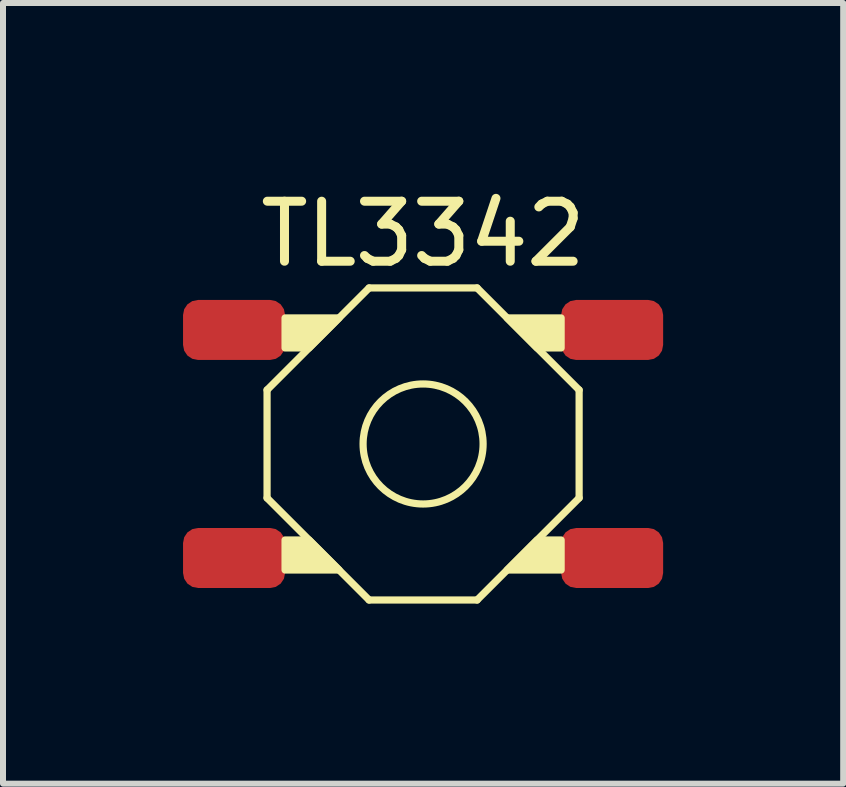
<source format=kicad_pcb>
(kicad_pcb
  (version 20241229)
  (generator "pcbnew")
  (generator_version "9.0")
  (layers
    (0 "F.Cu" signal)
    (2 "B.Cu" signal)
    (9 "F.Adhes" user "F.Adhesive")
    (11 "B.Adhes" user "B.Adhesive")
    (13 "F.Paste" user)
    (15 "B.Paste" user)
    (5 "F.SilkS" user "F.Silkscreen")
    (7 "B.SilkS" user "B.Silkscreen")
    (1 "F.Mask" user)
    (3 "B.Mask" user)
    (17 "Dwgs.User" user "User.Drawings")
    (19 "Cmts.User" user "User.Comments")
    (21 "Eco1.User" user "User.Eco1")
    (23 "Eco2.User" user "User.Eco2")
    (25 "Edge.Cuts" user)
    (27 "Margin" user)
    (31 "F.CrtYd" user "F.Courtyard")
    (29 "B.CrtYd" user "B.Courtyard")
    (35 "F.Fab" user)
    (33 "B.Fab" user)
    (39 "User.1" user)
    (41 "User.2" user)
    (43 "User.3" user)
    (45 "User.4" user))
  (footprint "TL3342"
    (layer "F.Cu")
    (at 4 4.348)
    (property "Reference" "TL3342" (at 0 -3.5 0) (unlocked yes) (layer "F.SilkS") (effects (font (size 1 1) (thickness 0.15))))
    (attr smd)
    (fp_line (start -2.6 -0.9) (end -0.9 -2.6) (stroke (width 0.12) (type default)) (layer "F.SilkS"))
    (fp_line (start -2.6 0.9) (end -2.6 -0.9) (stroke (width 0.12) (type default)) (layer "F.SilkS"))
    (fp_line (start -0.9 -2.6) (end 0.9 -2.6) (stroke (width 0.12) (type default)) (layer "F.SilkS"))
    (fp_line (start -0.9 2.6) (end -2.6 0.9) (stroke (width 0.12) (type default)) (layer "F.SilkS"))
    (fp_line (start 0.9 -2.6) (end 2.6 -0.9) (stroke (width 0.12) (type default)) (layer "F.SilkS"))
    (fp_line (start 0.9 2.6) (end -0.9 2.6) (stroke (width 0.12) (type default)) (layer "F.SilkS"))
    (fp_line (start 2.6 -0.9) (end 2.6 0.9) (stroke (width 0.12) (type default)) (layer "F.SilkS"))
    (fp_line (start 2.6 0.9) (end 0.9 2.6) (stroke (width 0.12) (type default)) (layer "F.SilkS"))
    (fp_circle (center 0 0) (end 1 0) (stroke (width 0.12) (type default)) (fill no) (layer "F.SilkS"))
    (fp_poly (pts (xy -1.9 -1.6) (xy -2.3 -1.6) (xy -2.3 -2.1) (xy -1.4 -2.1)) (stroke (width 0.12) (type solid)) (fill yes) (layer "F.SilkS"))
    (fp_poly (pts (xy -1.9 1.6) (xy -2.3 1.6) (xy -2.3 2.1) (xy -1.4 2.1)) (stroke (width 0.12) (type solid)) (fill yes) (layer "F.SilkS"))
    (fp_poly (pts (xy 1.4 -2.1) (xy 2.3 -2.1) (xy 2.3 -1.6) (xy 1.9 -1.6)) (stroke (width 0.12) (type solid)) (fill yes) (layer "F.SilkS"))
    (fp_poly (pts (xy 1.9 1.6) (xy 2.3 1.6) (xy 2.3 2.1) (xy 1.4 2.1)) (stroke (width 0.12) (type solid)) (fill yes) (layer "F.SilkS"))
    (pad "1" smd roundrect (at -3.15 1.9) (size 1.7 1) (layers "F.Cu" "F.Mask" "F.Paste") (roundrect_rratio 0.25))
    (pad "2" smd roundrect (at 3.15 1.9) (size 1.7 1) (layers "F.Cu" "F.Mask" "F.Paste") (roundrect_rratio 0.25))
    (pad "3" smd roundrect (at 3.15 -1.9) (size 1.7 1) (layers "F.Cu" "F.Mask" "F.Paste") (roundrect_rratio 0.25))
    (pad "4" smd roundrect (at -3.15 -1.9) (size 1.7 1) (layers "F.Cu" "F.Mask" "F.Paste") (roundrect_rratio 0.25)))
  (gr_rect
    (start -3 -3)
    (end 11 10.008)
    (stroke (width 0.1) (type default))
    (fill no)
    (layer "Edge.Cuts")))
</source>
